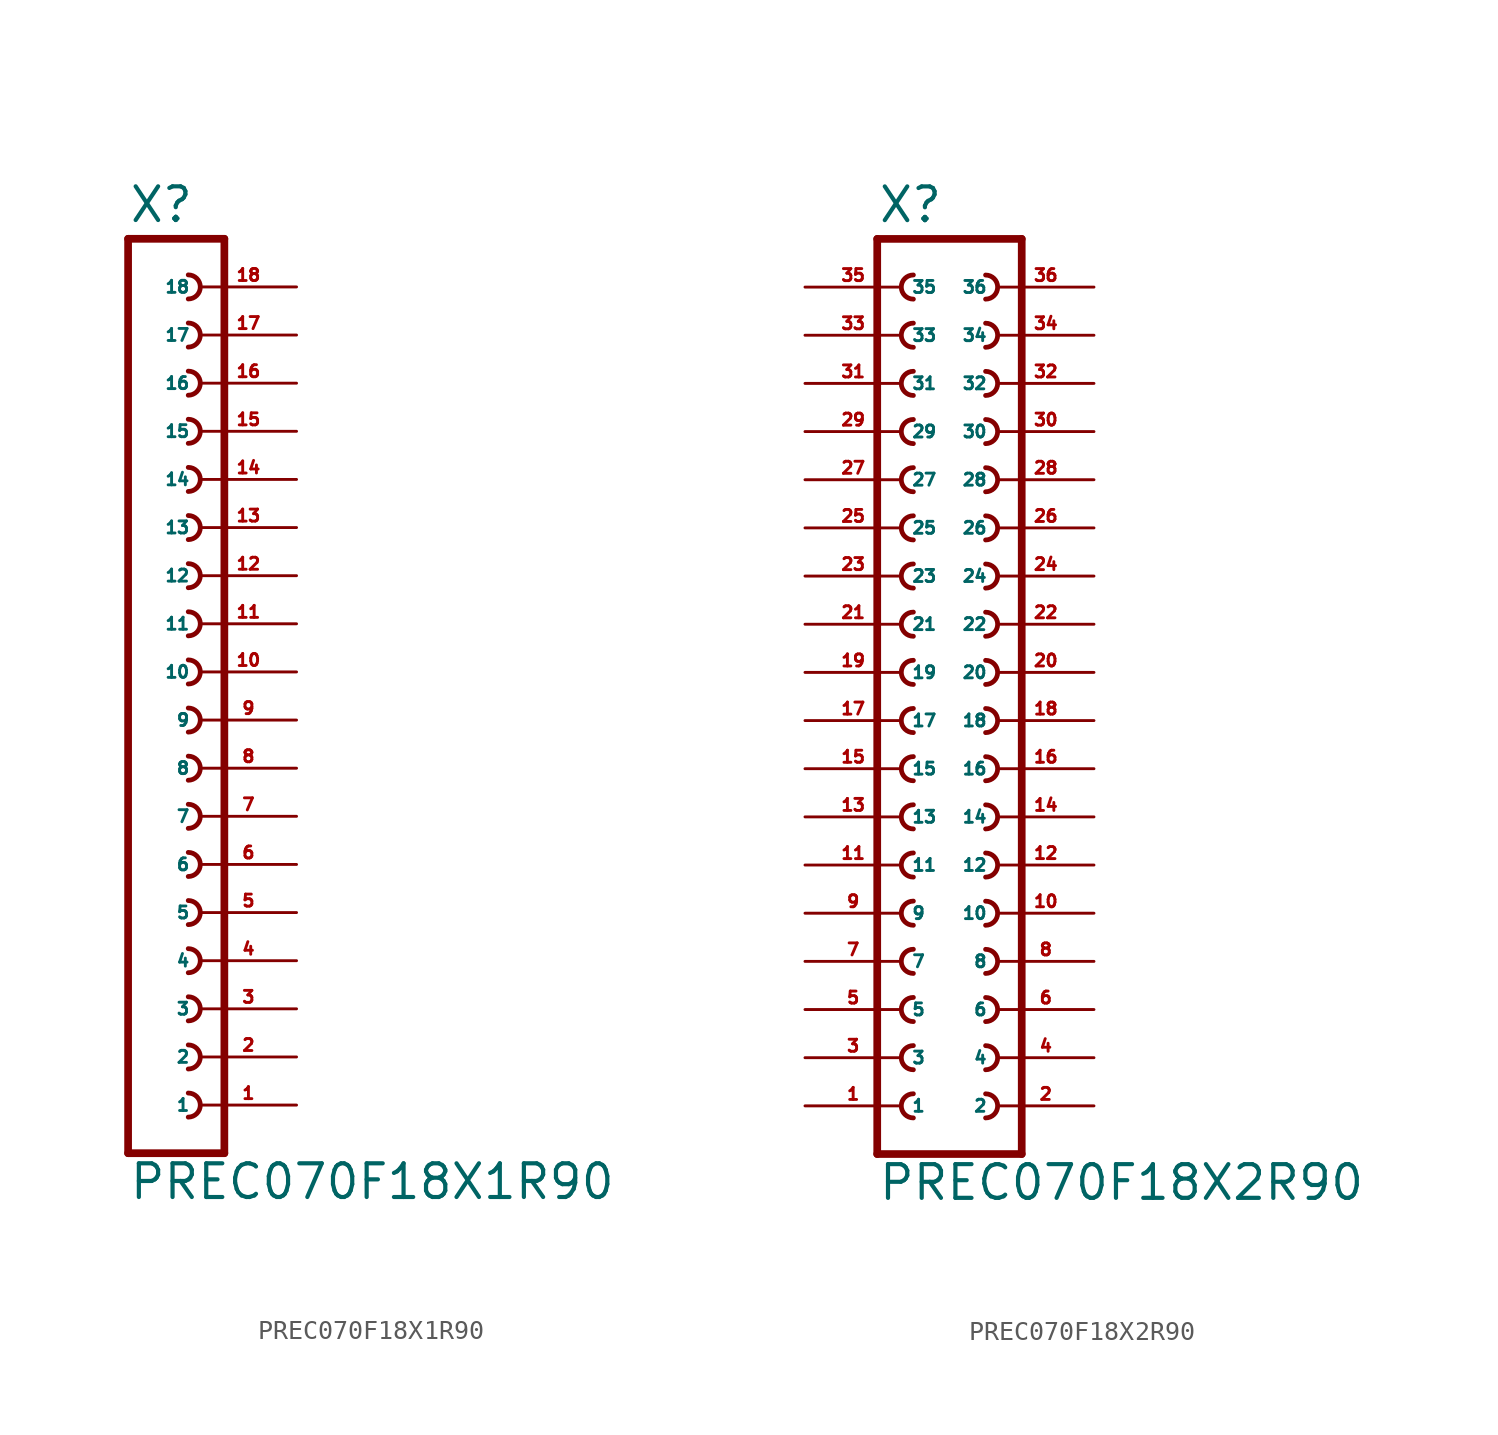
<source format=kicad_sym>
(kicad_symbol_lib
  (version 20220914)
  (generator Eagle2Kicad)
  (symbol "PREC070F18X1R90"
    (property "Reference" "X"
      (at -1.27 23.622 0)
      (effects (font (size 1.778 1.778) (thickness 0.22)) (justify left bottom)))
    (property "Value" "PREC070F18X1R90"
      (at -1.27 -27.94 0)
      (effects (font (size 1.778 1.778) (thickness 0.22)) (justify left bottom)))
    (polyline
      (pts (xy 3.81 -25.4) (xy -1.27 -25.4))
      (stroke (width 0.406) (type default))
      (fill (type none)))
    (arc
      (start 1.905 -20.955)
      (mid 2.540 -20.320)
      (end 1.905 -19.685)
      (stroke (width 0.254) (type default))
      (fill (type none)))
    (arc
      (start 1.905 -23.495)
      (mid 2.540 -22.860)
      (end 1.905 -22.225)
      (stroke (width 0.254) (type default))
      (fill (type none)))
    (arc
      (start 1.905 -15.875)
      (mid 2.540 -15.240)
      (end 1.905 -14.605)
      (stroke (width 0.254) (type default))
      (fill (type none)))
    (arc
      (start 1.905 -18.415)
      (mid 2.540 -17.780)
      (end 1.905 -17.145)
      (stroke (width 0.254) (type default))
      (fill (type none)))
    (arc
      (start 1.905 -8.255)
      (mid 2.540 -7.620)
      (end 1.905 -6.985)
      (stroke (width 0.254) (type default))
      (fill (type none)))
    (arc
      (start 1.905 -10.795)
      (mid 2.540 -10.160)
      (end 1.905 -9.525)
      (stroke (width 0.254) (type default))
      (fill (type none)))
    (arc
      (start 1.905 -13.335)
      (mid 2.540 -12.700)
      (end 1.905 -12.065)
      (stroke (width 0.254) (type default))
      (fill (type none)))
    (arc
      (start 1.905 -3.175)
      (mid 2.540 -2.540)
      (end 1.905 -1.905)
      (stroke (width 0.254) (type default))
      (fill (type none)))
    (arc
      (start 1.905 -5.715)
      (mid 2.540 -5.080)
      (end 1.905 -4.445)
      (stroke (width 0.254) (type default))
      (fill (type none)))
    (arc
      (start 1.905 4.445)
      (mid 2.540 5.080)
      (end 1.905 5.715)
      (stroke (width 0.254) (type default))
      (fill (type none)))
    (arc
      (start 1.905 1.905)
      (mid 2.540 2.540)
      (end 1.905 3.175)
      (stroke (width 0.254) (type default))
      (fill (type none)))
    (arc
      (start 1.905 -0.635)
      (mid 2.540 0.000)
      (end 1.905 0.635)
      (stroke (width 0.254) (type default))
      (fill (type none)))
    (arc
      (start 1.905 9.525)
      (mid 2.540 10.160)
      (end 1.905 10.795)
      (stroke (width 0.254) (type default))
      (fill (type none)))
    (arc
      (start 1.905 6.985)
      (mid 2.540 7.620)
      (end 1.905 8.255)
      (stroke (width 0.254) (type default))
      (fill (type none)))
    (arc
      (start 1.905 17.145)
      (mid 2.540 17.780)
      (end 1.905 18.415)
      (stroke (width 0.254) (type default))
      (fill (type none)))
    (arc
      (start 1.905 14.605)
      (mid 2.540 15.240)
      (end 1.905 15.875)
      (stroke (width 0.254) (type default))
      (fill (type none)))
    (arc
      (start 1.905 12.065)
      (mid 2.540 12.700)
      (end 1.905 13.335)
      (stroke (width 0.254) (type default))
      (fill (type none)))
    (polyline
      (pts (xy -1.27 22.86) (xy -1.27 -25.4))
      (stroke (width 0.406) (type default))
      (fill (type none)))
    (polyline
      (pts (xy 3.81 -25.4) (xy 3.81 22.86))
      (stroke (width 0.406) (type default))
      (fill (type none)))
    (polyline
      (pts (xy -1.27 22.86) (xy 3.81 22.86))
      (stroke (width 0.406) (type default))
      (fill (type none)))
    (arc
      (start 1.905 19.685)
      (mid 2.540 20.320)
      (end 1.905 20.955)
      (stroke (width 0.254) (type default))
      (fill (type none)))
    (pin passive line
      (at 7.62 -22.86 180)
      (length 5.08)
      (name "1" (effects (font (size 0.635 0.635) (thickness 0.08)) (justify left bottom)))
      (number "1" (effects (font (size 0.635 0.635) (thickness 0.08)) (justify left bottom))))
    (pin passive line
      (at 7.62 -20.32 180)
      (length 5.08)
      (name "2" (effects (font (size 0.635 0.635) (thickness 0.08)) (justify left bottom)))
      (number "2" (effects (font (size 0.635 0.635) (thickness 0.08)) (justify left bottom))))
    (pin passive line
      (at 7.62 -17.78 180)
      (length 5.08)
      (name "3" (effects (font (size 0.635 0.635) (thickness 0.08)) (justify left bottom)))
      (number "3" (effects (font (size 0.635 0.635) (thickness 0.08)) (justify left bottom))))
    (pin passive line
      (at 7.62 -15.24 180)
      (length 5.08)
      (name "4" (effects (font (size 0.635 0.635) (thickness 0.08)) (justify left bottom)))
      (number "4" (effects (font (size 0.635 0.635) (thickness 0.08)) (justify left bottom))))
    (pin passive line
      (at 7.62 -12.7 180)
      (length 5.08)
      (name "5" (effects (font (size 0.635 0.635) (thickness 0.08)) (justify left bottom)))
      (number "5" (effects (font (size 0.635 0.635) (thickness 0.08)) (justify left bottom))))
    (pin passive line
      (at 7.62 -10.16 180)
      (length 5.08)
      (name "6" (effects (font (size 0.635 0.635) (thickness 0.08)) (justify left bottom)))
      (number "6" (effects (font (size 0.635 0.635) (thickness 0.08)) (justify left bottom))))
    (pin passive line
      (at 7.62 -7.62 180)
      (length 5.08)
      (name "7" (effects (font (size 0.635 0.635) (thickness 0.08)) (justify left bottom)))
      (number "7" (effects (font (size 0.635 0.635) (thickness 0.08)) (justify left bottom))))
    (pin passive line
      (at 7.62 -5.08 180)
      (length 5.08)
      (name "8" (effects (font (size 0.635 0.635) (thickness 0.08)) (justify left bottom)))
      (number "8" (effects (font (size 0.635 0.635) (thickness 0.08)) (justify left bottom))))
    (pin passive line
      (at 7.62 -2.54 180)
      (length 5.08)
      (name "9" (effects (font (size 0.635 0.635) (thickness 0.08)) (justify left bottom)))
      (number "9" (effects (font (size 0.635 0.635) (thickness 0.08)) (justify left bottom))))
    (pin passive line
      (at 7.62 0 180)
      (length 5.08)
      (name "10" (effects (font (size 0.635 0.635) (thickness 0.08)) (justify left bottom)))
      (number "10" (effects (font (size 0.635 0.635) (thickness 0.08)) (justify left bottom))))
    (pin passive line
      (at 7.62 2.54 180)
      (length 5.08)
      (name "11" (effects (font (size 0.635 0.635) (thickness 0.08)) (justify left bottom)))
      (number "11" (effects (font (size 0.635 0.635) (thickness 0.08)) (justify left bottom))))
    (pin passive line
      (at 7.62 5.08 180)
      (length 5.08)
      (name "12" (effects (font (size 0.635 0.635) (thickness 0.08)) (justify left bottom)))
      (number "12" (effects (font (size 0.635 0.635) (thickness 0.08)) (justify left bottom))))
    (pin passive line
      (at 7.62 7.62 180)
      (length 5.08)
      (name "13" (effects (font (size 0.635 0.635) (thickness 0.08)) (justify left bottom)))
      (number "13" (effects (font (size 0.635 0.635) (thickness 0.08)) (justify left bottom))))
    (pin passive line
      (at 7.62 10.16 180)
      (length 5.08)
      (name "14" (effects (font (size 0.635 0.635) (thickness 0.08)) (justify left bottom)))
      (number "14" (effects (font (size 0.635 0.635) (thickness 0.08)) (justify left bottom))))
    (pin passive line
      (at 7.62 12.7 180)
      (length 5.08)
      (name "15" (effects (font (size 0.635 0.635) (thickness 0.08)) (justify left bottom)))
      (number "15" (effects (font (size 0.635 0.635) (thickness 0.08)) (justify left bottom))))
    (pin passive line
      (at 7.62 15.24 180)
      (length 5.08)
      (name "16" (effects (font (size 0.635 0.635) (thickness 0.08)) (justify left bottom)))
      (number "16" (effects (font (size 0.635 0.635) (thickness 0.08)) (justify left bottom))))
    (pin passive line
      (at 7.62 17.78 180)
      (length 5.08)
      (name "17" (effects (font (size 0.635 0.635) (thickness 0.08)) (justify left bottom)))
      (number "17" (effects (font (size 0.635 0.635) (thickness 0.08)) (justify left bottom))))
    (pin passive line
      (at 7.62 20.32 180)
      (length 5.08)
      (name "18" (effects (font (size 0.635 0.635) (thickness 0.08)) (justify left bottom)))
      (number "18" (effects (font (size 0.635 0.635) (thickness 0.08)) (justify left bottom)))))
  (symbol "PREC070F18X2R90"
    (property "Reference" "X"
      (at -3.81 23.622 0)
      (effects (font (size 1.778 1.778) (thickness 0.22)) (justify left bottom)))
    (property "Value" "PREC070F18X2R90"
      (at -3.81 -27.94 0)
      (effects (font (size 1.778 1.778) (thickness 0.22)) (justify left bottom)))
    (polyline
      (pts (xy 3.81 -25.4) (xy -3.81 -25.4))
      (stroke (width 0.406) (type default))
      (fill (type none)))
    (arc
      (start -1.905 -17.145)
      (mid -2.540 -17.780)
      (end -1.905 -18.415)
      (stroke (width 0.254) (type default))
      (fill (type none)))
    (arc
      (start -1.905 -19.685)
      (mid -2.540 -20.320)
      (end -1.905 -20.955)
      (stroke (width 0.254) (type default))
      (fill (type none)))
    (arc
      (start -1.905 -22.225)
      (mid -2.540 -22.860)
      (end -1.905 -23.495)
      (stroke (width 0.254) (type default))
      (fill (type none)))
    (arc
      (start 1.905 -18.415)
      (mid 2.540 -17.780)
      (end 1.905 -17.145)
      (stroke (width 0.254) (type default))
      (fill (type none)))
    (arc
      (start 1.905 -20.955)
      (mid 2.540 -20.320)
      (end 1.905 -19.685)
      (stroke (width 0.254) (type default))
      (fill (type none)))
    (arc
      (start 1.905 -23.495)
      (mid 2.540 -22.860)
      (end 1.905 -22.225)
      (stroke (width 0.254) (type default))
      (fill (type none)))
    (arc
      (start -1.905 -12.065)
      (mid -2.540 -12.700)
      (end -1.905 -13.335)
      (stroke (width 0.254) (type default))
      (fill (type none)))
    (arc
      (start -1.905 -14.605)
      (mid -2.540 -15.240)
      (end -1.905 -15.875)
      (stroke (width 0.254) (type default))
      (fill (type none)))
    (arc
      (start 1.905 -13.335)
      (mid 2.540 -12.700)
      (end 1.905 -12.065)
      (stroke (width 0.254) (type default))
      (fill (type none)))
    (arc
      (start 1.905 -15.875)
      (mid 2.540 -15.240)
      (end 1.905 -14.605)
      (stroke (width 0.254) (type default))
      (fill (type none)))
    (arc
      (start -1.905 -4.445)
      (mid -2.540 -5.080)
      (end -1.905 -5.715)
      (stroke (width 0.254) (type default))
      (fill (type none)))
    (arc
      (start -1.905 -6.985)
      (mid -2.540 -7.620)
      (end -1.905 -8.255)
      (stroke (width 0.254) (type default))
      (fill (type none)))
    (arc
      (start -1.905 -9.525)
      (mid -2.540 -10.160)
      (end -1.905 -10.795)
      (stroke (width 0.254) (type default))
      (fill (type none)))
    (arc
      (start 1.905 -5.715)
      (mid 2.540 -5.080)
      (end 1.905 -4.445)
      (stroke (width 0.254) (type default))
      (fill (type none)))
    (arc
      (start 1.905 -8.255)
      (mid 2.540 -7.620)
      (end 1.905 -6.985)
      (stroke (width 0.254) (type default))
      (fill (type none)))
    (arc
      (start 1.905 -10.795)
      (mid 2.540 -10.160)
      (end 1.905 -9.525)
      (stroke (width 0.254) (type default))
      (fill (type none)))
    (arc
      (start -1.905 0.635)
      (mid -2.540 0.000)
      (end -1.905 -0.635)
      (stroke (width 0.254) (type default))
      (fill (type none)))
    (arc
      (start -1.905 -1.905)
      (mid -2.540 -2.540)
      (end -1.905 -3.175)
      (stroke (width 0.254) (type default))
      (fill (type none)))
    (arc
      (start 1.905 -0.635)
      (mid 2.540 0.000)
      (end 1.905 0.635)
      (stroke (width 0.254) (type default))
      (fill (type none)))
    (arc
      (start 1.905 -3.175)
      (mid 2.540 -2.540)
      (end 1.905 -1.905)
      (stroke (width 0.254) (type default))
      (fill (type none)))
    (arc
      (start -1.905 8.255)
      (mid -2.540 7.620)
      (end -1.905 6.985)
      (stroke (width 0.254) (type default))
      (fill (type none)))
    (arc
      (start -1.905 5.715)
      (mid -2.540 5.080)
      (end -1.905 4.445)
      (stroke (width 0.254) (type default))
      (fill (type none)))
    (arc
      (start -1.905 3.175)
      (mid -2.540 2.540)
      (end -1.905 1.905)
      (stroke (width 0.254) (type default))
      (fill (type none)))
    (arc
      (start 1.905 6.985)
      (mid 2.540 7.620)
      (end 1.905 8.255)
      (stroke (width 0.254) (type default))
      (fill (type none)))
    (arc
      (start 1.905 4.445)
      (mid 2.540 5.080)
      (end 1.905 5.715)
      (stroke (width 0.254) (type default))
      (fill (type none)))
    (arc
      (start 1.905 1.905)
      (mid 2.540 2.540)
      (end 1.905 3.175)
      (stroke (width 0.254) (type default))
      (fill (type none)))
    (arc
      (start -1.905 13.335)
      (mid -2.540 12.700)
      (end -1.905 12.065)
      (stroke (width 0.254) (type default))
      (fill (type none)))
    (arc
      (start -1.905 10.795)
      (mid -2.540 10.160)
      (end -1.905 9.525)
      (stroke (width 0.254) (type default))
      (fill (type none)))
    (arc
      (start 1.905 12.065)
      (mid 2.540 12.700)
      (end 1.905 13.335)
      (stroke (width 0.254) (type default))
      (fill (type none)))
    (arc
      (start 1.905 9.525)
      (mid 2.540 10.160)
      (end 1.905 10.795)
      (stroke (width 0.254) (type default))
      (fill (type none)))
    (arc
      (start -1.905 18.415)
      (mid -2.540 17.780)
      (end -1.905 17.145)
      (stroke (width 0.254) (type default))
      (fill (type none)))
    (arc
      (start -1.905 15.875)
      (mid -2.540 15.240)
      (end -1.905 14.605)
      (stroke (width 0.254) (type default))
      (fill (type none)))
    (arc
      (start 1.905 17.145)
      (mid 2.540 17.780)
      (end 1.905 18.415)
      (stroke (width 0.254) (type default))
      (fill (type none)))
    (arc
      (start 1.905 14.605)
      (mid 2.540 15.240)
      (end 1.905 15.875)
      (stroke (width 0.254) (type default))
      (fill (type none)))
    (polyline
      (pts (xy -3.81 22.86) (xy -3.81 -25.4))
      (stroke (width 0.406) (type default))
      (fill (type none)))
    (polyline
      (pts (xy 3.81 -25.4) (xy 3.81 22.86))
      (stroke (width 0.406) (type default))
      (fill (type none)))
    (polyline
      (pts (xy -3.81 22.86) (xy 3.81 22.86))
      (stroke (width 0.406) (type default))
      (fill (type none)))
    (arc
      (start -1.905 20.955)
      (mid -2.540 20.320)
      (end -1.905 19.685)
      (stroke (width 0.254) (type default))
      (fill (type none)))
    (arc
      (start 1.905 19.685)
      (mid 2.540 20.320)
      (end 1.905 20.955)
      (stroke (width 0.254) (type default))
      (fill (type none)))
    (pin passive line
      (at -7.62 -22.86 0)
      (length 5.08)
      (name "1" (effects (font (size 0.635 0.635) (thickness 0.08)) (justify left bottom)))
      (number "1" (effects (font (size 0.635 0.635) (thickness 0.08)) (justify left bottom))))
    (pin passive line
      (at 7.62 -22.86 180)
      (length 5.08)
      (name "2" (effects (font (size 0.635 0.635) (thickness 0.08)) (justify left bottom)))
      (number "2" (effects (font (size 0.635 0.635) (thickness 0.08)) (justify left bottom))))
    (pin passive line
      (at -7.62 -20.32 0)
      (length 5.08)
      (name "3" (effects (font (size 0.635 0.635) (thickness 0.08)) (justify left bottom)))
      (number "3" (effects (font (size 0.635 0.635) (thickness 0.08)) (justify left bottom))))
    (pin passive line
      (at 7.62 -20.32 180)
      (length 5.08)
      (name "4" (effects (font (size 0.635 0.635) (thickness 0.08)) (justify left bottom)))
      (number "4" (effects (font (size 0.635 0.635) (thickness 0.08)) (justify left bottom))))
    (pin passive line
      (at -7.62 -17.78 0)
      (length 5.08)
      (name "5" (effects (font (size 0.635 0.635) (thickness 0.08)) (justify left bottom)))
      (number "5" (effects (font (size 0.635 0.635) (thickness 0.08)) (justify left bottom))))
    (pin passive line
      (at 7.62 -17.78 180)
      (length 5.08)
      (name "6" (effects (font (size 0.635 0.635) (thickness 0.08)) (justify left bottom)))
      (number "6" (effects (font (size 0.635 0.635) (thickness 0.08)) (justify left bottom))))
    (pin passive line
      (at -7.62 -15.24 0)
      (length 5.08)
      (name "7" (effects (font (size 0.635 0.635) (thickness 0.08)) (justify left bottom)))
      (number "7" (effects (font (size 0.635 0.635) (thickness 0.08)) (justify left bottom))))
    (pin passive line
      (at 7.62 -15.24 180)
      (length 5.08)
      (name "8" (effects (font (size 0.635 0.635) (thickness 0.08)) (justify left bottom)))
      (number "8" (effects (font (size 0.635 0.635) (thickness 0.08)) (justify left bottom))))
    (pin passive line
      (at -7.62 -12.7 0)
      (length 5.08)
      (name "9" (effects (font (size 0.635 0.635) (thickness 0.08)) (justify left bottom)))
      (number "9" (effects (font (size 0.635 0.635) (thickness 0.08)) (justify left bottom))))
    (pin passive line
      (at 7.62 -12.7 180)
      (length 5.08)
      (name "10" (effects (font (size 0.635 0.635) (thickness 0.08)) (justify left bottom)))
      (number "10" (effects (font (size 0.635 0.635) (thickness 0.08)) (justify left bottom))))
    (pin passive line
      (at -7.62 -10.16 0)
      (length 5.08)
      (name "11" (effects (font (size 0.635 0.635) (thickness 0.08)) (justify left bottom)))
      (number "11" (effects (font (size 0.635 0.635) (thickness 0.08)) (justify left bottom))))
    (pin passive line
      (at 7.62 -10.16 180)
      (length 5.08)
      (name "12" (effects (font (size 0.635 0.635) (thickness 0.08)) (justify left bottom)))
      (number "12" (effects (font (size 0.635 0.635) (thickness 0.08)) (justify left bottom))))
    (pin passive line
      (at -7.62 -7.62 0)
      (length 5.08)
      (name "13" (effects (font (size 0.635 0.635) (thickness 0.08)) (justify left bottom)))
      (number "13" (effects (font (size 0.635 0.635) (thickness 0.08)) (justify left bottom))))
    (pin passive line
      (at 7.62 -7.62 180)
      (length 5.08)
      (name "14" (effects (font (size 0.635 0.635) (thickness 0.08)) (justify left bottom)))
      (number "14" (effects (font (size 0.635 0.635) (thickness 0.08)) (justify left bottom))))
    (pin passive line
      (at -7.62 -5.08 0)
      (length 5.08)
      (name "15" (effects (font (size 0.635 0.635) (thickness 0.08)) (justify left bottom)))
      (number "15" (effects (font (size 0.635 0.635) (thickness 0.08)) (justify left bottom))))
    (pin passive line
      (at 7.62 -5.08 180)
      (length 5.08)
      (name "16" (effects (font (size 0.635 0.635) (thickness 0.08)) (justify left bottom)))
      (number "16" (effects (font (size 0.635 0.635) (thickness 0.08)) (justify left bottom))))
    (pin passive line
      (at -7.62 -2.54 0)
      (length 5.08)
      (name "17" (effects (font (size 0.635 0.635) (thickness 0.08)) (justify left bottom)))
      (number "17" (effects (font (size 0.635 0.635) (thickness 0.08)) (justify left bottom))))
    (pin passive line
      (at 7.62 -2.54 180)
      (length 5.08)
      (name "18" (effects (font (size 0.635 0.635) (thickness 0.08)) (justify left bottom)))
      (number "18" (effects (font (size 0.635 0.635) (thickness 0.08)) (justify left bottom))))
    (pin passive line
      (at -7.62 0 0)
      (length 5.08)
      (name "19" (effects (font (size 0.635 0.635) (thickness 0.08)) (justify left bottom)))
      (number "19" (effects (font (size 0.635 0.635) (thickness 0.08)) (justify left bottom))))
    (pin passive line
      (at 7.62 0 180)
      (length 5.08)
      (name "20" (effects (font (size 0.635 0.635) (thickness 0.08)) (justify left bottom)))
      (number "20" (effects (font (size 0.635 0.635) (thickness 0.08)) (justify left bottom))))
    (pin passive line
      (at -7.62 2.54 0)
      (length 5.08)
      (name "21" (effects (font (size 0.635 0.635) (thickness 0.08)) (justify left bottom)))
      (number "21" (effects (font (size 0.635 0.635) (thickness 0.08)) (justify left bottom))))
    (pin passive line
      (at 7.62 2.54 180)
      (length 5.08)
      (name "22" (effects (font (size 0.635 0.635) (thickness 0.08)) (justify left bottom)))
      (number "22" (effects (font (size 0.635 0.635) (thickness 0.08)) (justify left bottom))))
    (pin passive line
      (at -7.62 5.08 0)
      (length 5.08)
      (name "23" (effects (font (size 0.635 0.635) (thickness 0.08)) (justify left bottom)))
      (number "23" (effects (font (size 0.635 0.635) (thickness 0.08)) (justify left bottom))))
    (pin passive line
      (at 7.62 5.08 180)
      (length 5.08)
      (name "24" (effects (font (size 0.635 0.635) (thickness 0.08)) (justify left bottom)))
      (number "24" (effects (font (size 0.635 0.635) (thickness 0.08)) (justify left bottom))))
    (pin passive line
      (at -7.62 7.62 0)
      (length 5.08)
      (name "25" (effects (font (size 0.635 0.635) (thickness 0.08)) (justify left bottom)))
      (number "25" (effects (font (size 0.635 0.635) (thickness 0.08)) (justify left bottom))))
    (pin passive line
      (at 7.62 7.62 180)
      (length 5.08)
      (name "26" (effects (font (size 0.635 0.635) (thickness 0.08)) (justify left bottom)))
      (number "26" (effects (font (size 0.635 0.635) (thickness 0.08)) (justify left bottom))))
    (pin passive line
      (at -7.62 10.16 0)
      (length 5.08)
      (name "27" (effects (font (size 0.635 0.635) (thickness 0.08)) (justify left bottom)))
      (number "27" (effects (font (size 0.635 0.635) (thickness 0.08)) (justify left bottom))))
    (pin passive line
      (at 7.62 10.16 180)
      (length 5.08)
      (name "28" (effects (font (size 0.635 0.635) (thickness 0.08)) (justify left bottom)))
      (number "28" (effects (font (size 0.635 0.635) (thickness 0.08)) (justify left bottom))))
    (pin passive line
      (at -7.62 12.7 0)
      (length 5.08)
      (name "29" (effects (font (size 0.635 0.635) (thickness 0.08)) (justify left bottom)))
      (number "29" (effects (font (size 0.635 0.635) (thickness 0.08)) (justify left bottom))))
    (pin passive line
      (at 7.62 12.7 180)
      (length 5.08)
      (name "30" (effects (font (size 0.635 0.635) (thickness 0.08)) (justify left bottom)))
      (number "30" (effects (font (size 0.635 0.635) (thickness 0.08)) (justify left bottom))))
    (pin passive line
      (at -7.62 15.24 0)
      (length 5.08)
      (name "31" (effects (font (size 0.635 0.635) (thickness 0.08)) (justify left bottom)))
      (number "31" (effects (font (size 0.635 0.635) (thickness 0.08)) (justify left bottom))))
    (pin passive line
      (at 7.62 15.24 180)
      (length 5.08)
      (name "32" (effects (font (size 0.635 0.635) (thickness 0.08)) (justify left bottom)))
      (number "32" (effects (font (size 0.635 0.635) (thickness 0.08)) (justify left bottom))))
    (pin passive line
      (at -7.62 17.78 0)
      (length 5.08)
      (name "33" (effects (font (size 0.635 0.635) (thickness 0.08)) (justify left bottom)))
      (number "33" (effects (font (size 0.635 0.635) (thickness 0.08)) (justify left bottom))))
    (pin passive line
      (at 7.62 17.78 180)
      (length 5.08)
      (name "34" (effects (font (size 0.635 0.635) (thickness 0.08)) (justify left bottom)))
      (number "34" (effects (font (size 0.635 0.635) (thickness 0.08)) (justify left bottom))))
    (pin passive line
      (at -7.62 20.32 0)
      (length 5.08)
      (name "35" (effects (font (size 0.635 0.635) (thickness 0.08)) (justify left bottom)))
      (number "35" (effects (font (size 0.635 0.635) (thickness 0.08)) (justify left bottom))))
    (pin passive line
      (at 7.62 20.32 180)
      (length 5.08)
      (name "36" (effects (font (size 0.635 0.635) (thickness 0.08)) (justify left bottom)))
      (number "36" (effects (font (size 0.635 0.635) (thickness 0.08)) (justify left bottom))))))
</source>
